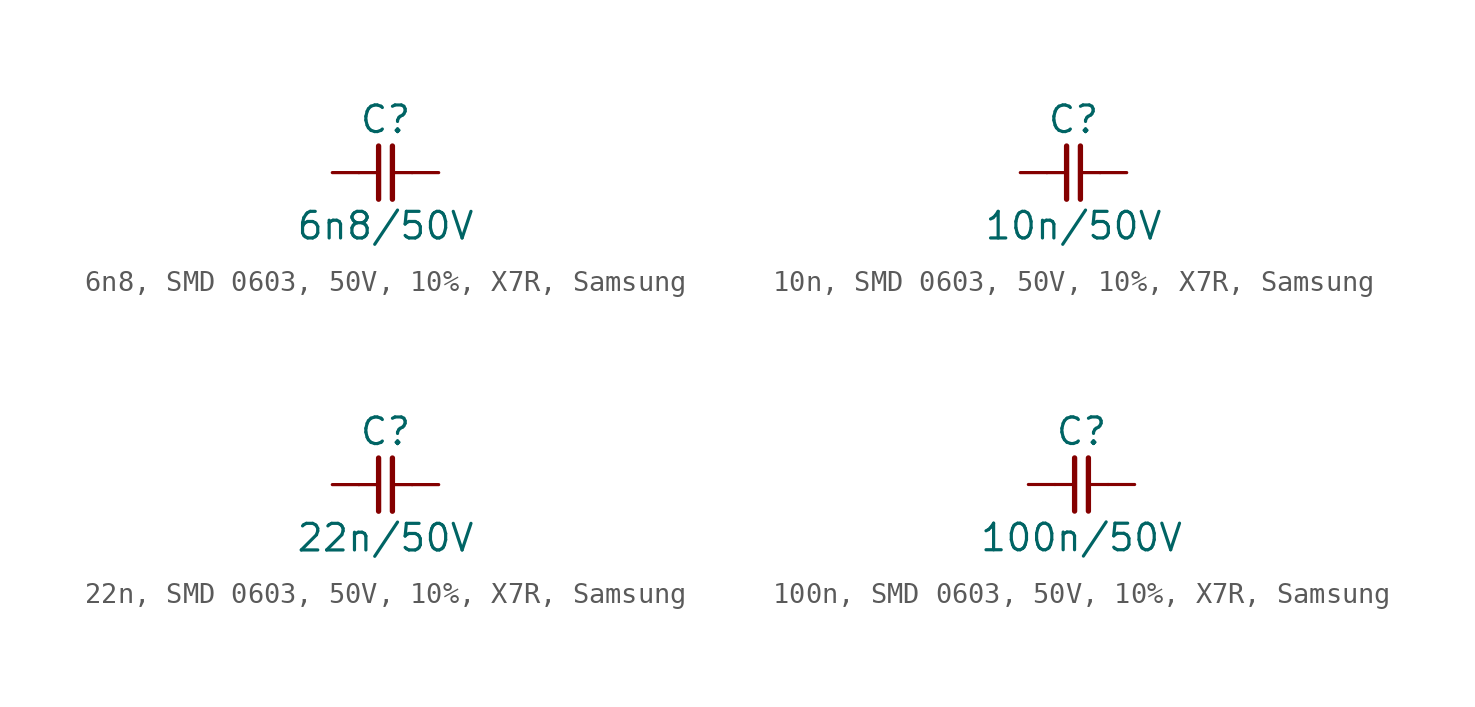
<source format=kicad_sym>
(kicad_symbol_lib
  (version 20241209)
  (generator "kicad_symbol_editor")
  (generator_version "9.0")
  (symbol "6n8, SMD 0603, 50V, 10%, X7R, Samsung"
    (pin_numbers
      (hide yes))
    (pin_names
      (offset 0)
      (hide yes))
    (property "Reference" "C"
      (at 0 2.54 0)
      (effects (font (size 1.27 1.27))))
    (property "Value" "6n8/50V"
      (at 0 -2.54 0)
      (effects (font (size 1.27 1.27))))
    (symbol "6n8, SMD 0603, 50V, 10%, X7R, Samsung_0_1"
      (polyline (pts (xy -0.33 1.27) (xy -0.33 -1.27)) (stroke (width 0.254) (type default)) (fill (type none)))
      (polyline (pts (xy -0.318 0) (xy -1.27 0)) (stroke (width 0) (type default)) (fill (type none)))
      (polyline (pts (xy 0.33 1.27) (xy 0.33 -1.27)) (stroke (width 0.254) (type default)) (fill (type none)))
      (polyline (pts (xy 1.27 0) (xy 0.318 0)) (stroke (width 0) (type default)) (fill (type none))))
    (symbol "6n8, SMD 0603, 50V, 10%, X7R, Samsung_1_1"
      (pin passive line (at -2.54 0 0) (length 1.27) (name "1" (effects (font (size 1.27 1.27)))) (number "1" (effects (font (size 1.27 1.27)))))
      (pin passive line (at 2.54 0 180) (length 1.27) (name "2" (effects (font (size 1.27 1.27)))) (number "2" (effects (font (size 1.27 1.27)))))))
  (symbol "10n, SMD 0603, 50V, 10%, X7R, Samsung"
    (pin_numbers
      (hide yes))
    (pin_names
      (offset 0)
      (hide yes))
    (property "Reference" "C"
      (at 0 2.54 0)
      (effects (font (size 1.27 1.27))))
    (property "Value" "10n/50V"
      (at 0 -2.54 0)
      (effects (font (size 1.27 1.27))))
    (symbol "10n, SMD 0603, 50V, 10%, X7R, Samsung_0_1"
      (polyline (pts (xy -0.33 1.27) (xy -0.33 -1.27)) (stroke (width 0.254) (type default)) (fill (type none)))
      (polyline (pts (xy -0.318 0) (xy -1.27 0)) (stroke (width 0) (type default)) (fill (type none)))
      (polyline (pts (xy 0.33 1.27) (xy 0.33 -1.27)) (stroke (width 0.254) (type default)) (fill (type none)))
      (polyline (pts (xy 1.27 0) (xy 0.318 0)) (stroke (width 0) (type default)) (fill (type none))))
    (symbol "10n, SMD 0603, 50V, 10%, X7R, Samsung_1_1"
      (pin passive line (at -2.54 0 0) (length 1.27) (name "1" (effects (font (size 1.27 1.27)))) (number "1" (effects (font (size 1.27 1.27)))))
      (pin passive line (at 2.54 0 180) (length 1.27) (name "2" (effects (font (size 1.27 1.27)))) (number "2" (effects (font (size 1.27 1.27)))))))
  (symbol "22n, SMD 0603, 50V, 10%, X7R, Samsung"
    (pin_numbers
      (hide yes))
    (pin_names
      (offset 0)
      (hide yes))
    (property "Reference" "C"
      (at 0 2.54 0)
      (effects (font (size 1.27 1.27))))
    (property "Value" "22n/50V"
      (at 0 -2.54 0)
      (effects (font (size 1.27 1.27))))
    (symbol "22n, SMD 0603, 50V, 10%, X7R, Samsung_0_1"
      (polyline (pts (xy -0.33 1.27) (xy -0.33 -1.27)) (stroke (width 0.254) (type default)) (fill (type none)))
      (polyline (pts (xy -0.318 0) (xy -1.27 0)) (stroke (width 0) (type default)) (fill (type none)))
      (polyline (pts (xy 0.33 1.27) (xy 0.33 -1.27)) (stroke (width 0.254) (type default)) (fill (type none)))
      (polyline (pts (xy 1.27 0) (xy 0.318 0)) (stroke (width 0) (type default)) (fill (type none))))
    (symbol "22n, SMD 0603, 50V, 10%, X7R, Samsung_1_1"
      (pin passive line (at -2.54 0 0) (length 1.27) (name "1" (effects (font (size 1.27 1.27)))) (number "1" (effects (font (size 1.27 1.27)))))
      (pin passive line (at 2.54 0 180) (length 1.27) (name "2" (effects (font (size 1.27 1.27)))) (number "2" (effects (font (size 1.27 1.27)))))))
  (symbol "100n, SMD 0603, 50V, 10%, X7R, Samsung"
    (pin_numbers
      (hide yes))
    (pin_names
      (offset 0)
      (hide yes))
    (property "Reference" "C"
      (at 0 2.54 0)
      (effects (font (size 1.27 1.27))))
    (property "Value" "100n/50V"
      (at 0 -2.54 0)
      (effects (font (size 1.27 1.27))))
    (symbol "100n, SMD 0603, 50V, 10%, X7R, Samsung_0_1"
      (polyline (pts (xy -0.33 1.27) (xy -0.33 -1.27)) (stroke (width 0.254) (type default)) (fill (type none)))
      (polyline (pts (xy -0.318 0) (xy -1.27 0)) (stroke (width 0) (type default)) (fill (type none)))
      (polyline (pts (xy 0.33 1.27) (xy 0.33 -1.27)) (stroke (width 0.254) (type default)) (fill (type none)))
      (polyline (pts (xy 1.27 0) (xy 0.318 0)) (stroke (width 0) (type default)) (fill (type none))))
    (symbol "100n, SMD 0603, 50V, 10%, X7R, Samsung_1_1"
      (pin passive line (at -2.54 0 0) (length 1.27) (name "1" (effects (font (size 1.27 1.27)))) (number "1" (effects (font (size 1.27 1.27)))))
      (pin passive line (at 2.54 0 180) (length 1.27) (name "2" (effects (font (size 1.27 1.27)))) (number "2" (effects (font (size 1.27 1.27))))))))
</source>
